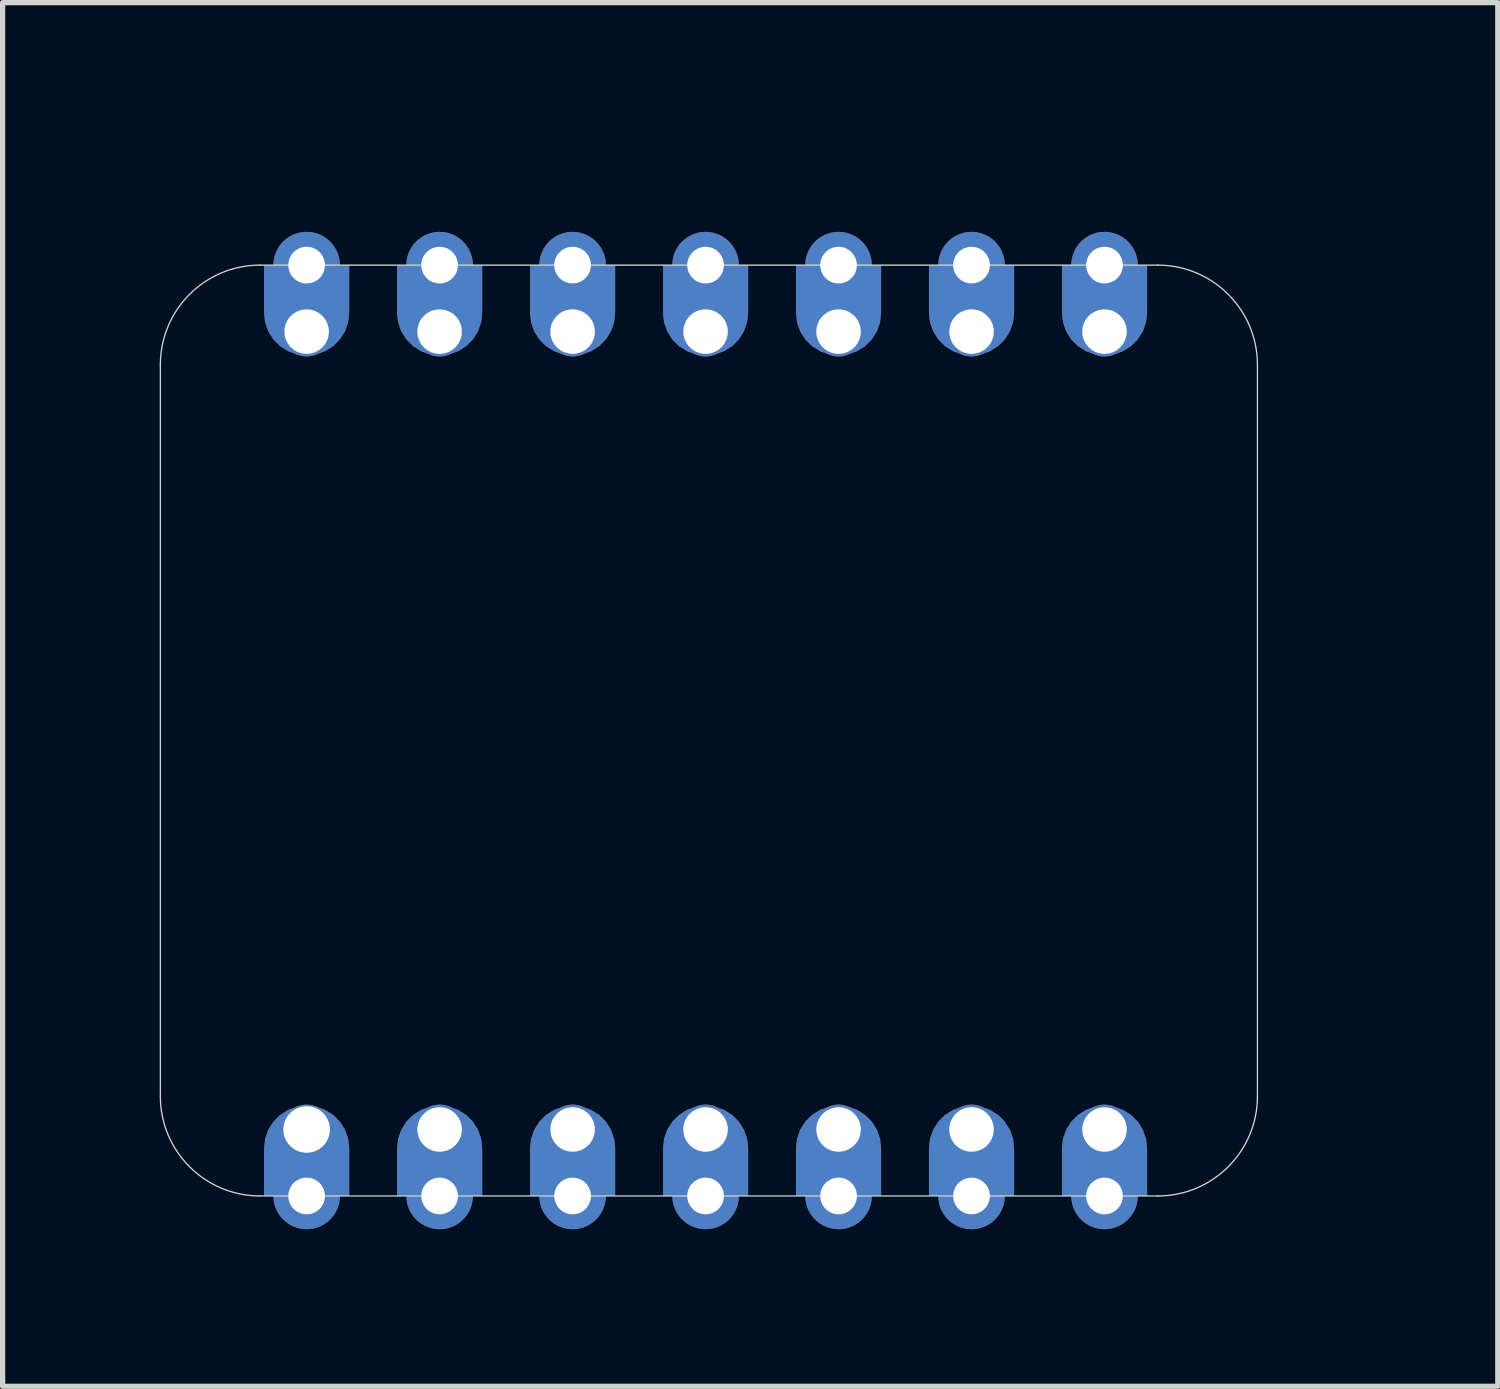
<source format=kicad_pcb>
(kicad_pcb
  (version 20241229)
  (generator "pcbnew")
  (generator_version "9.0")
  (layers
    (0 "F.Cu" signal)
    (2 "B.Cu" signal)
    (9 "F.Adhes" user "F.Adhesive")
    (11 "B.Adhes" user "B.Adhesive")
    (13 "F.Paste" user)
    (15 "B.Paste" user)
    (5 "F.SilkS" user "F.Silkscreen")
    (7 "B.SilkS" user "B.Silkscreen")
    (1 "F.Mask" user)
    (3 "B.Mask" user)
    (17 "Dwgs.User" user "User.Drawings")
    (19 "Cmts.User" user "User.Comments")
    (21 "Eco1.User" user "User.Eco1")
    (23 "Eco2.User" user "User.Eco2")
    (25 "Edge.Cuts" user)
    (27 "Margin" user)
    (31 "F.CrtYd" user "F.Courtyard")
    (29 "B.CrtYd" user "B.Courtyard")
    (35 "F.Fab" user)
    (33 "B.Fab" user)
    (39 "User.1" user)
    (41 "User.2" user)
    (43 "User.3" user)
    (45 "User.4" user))
  (footprint "seeed-xiao-nRF54L15"
    (layer "F.Cu")
    (at 10.427 10.904)
    (property "Reference" "seeed-xiao-nRF54L15" (at 0.052 -10.696 0) (unlocked yes) (layer "User.4") (effects (font (size 0.203 0.254) (thickness 0.051))))
    (attr smd)
    (fp_line (start -10.414 -6.985) (end -10.414 6.985) (stroke (width 0.025) (type solid)) (layer "Edge.Cuts"))
    (fp_line (start -8.509 -8.89) (end 8.636 -8.89) (stroke (width 0.025) (type solid)) (layer "Edge.Cuts"))
    (fp_line (start -8.509 8.89) (end 8.636 8.89) (stroke (width 0.025) (type solid)) (layer "Edge.Cuts"))
    (fp_line (start 10.541 6.985) (end 10.541 -6.985) (stroke (width 0.025) (type solid)) (layer "Edge.Cuts"))
    (fp_arc (start -10.414 -6.985) (mid -9.856038 -8.332038) (end -8.509 -8.89) (stroke (width 0.0254) (type solid)) (layer "Edge.Cuts"))
    (fp_arc (start -8.509 8.89) (mid -9.856038 8.332038) (end -10.414 6.985) (stroke (width 0.0254) (type solid)) (layer "Edge.Cuts"))
    (fp_arc (start 8.636 -8.89) (mid 9.983038 -8.332038) (end 10.541 -6.985) (stroke (width 0.0254) (type solid)) (layer "Edge.Cuts"))
    (fp_arc (start 10.541 6.985) (mid 9.983038 8.332038) (end 8.636 8.89) (stroke (width 0.0254) (type solid)) (layer "Edge.Cuts"))
    (fp_line (start 10.57 4.516) (end 10.57 -4.485) (stroke (width 0.1) (type default)) (layer "User.1"))
    (fp_line (start 10.58 -4.485) (end 12.082 -4.485) (stroke (width 0.1) (type default)) (layer "User.1"))
    (fp_line (start 12.082 -4.485) (end 12.082 4.516) (stroke (width 0.1) (type default)) (layer "User.1"))
    (fp_line (start 12.082 4.516) (end 10.57 4.516) (stroke (width 0.1) (type default)) (layer "User.1"))
    (fp_rect (start 5.715 -3.81) (end 12.065 3.81) (stroke (width 0.076) (type default)) (fill no) (layer "User.1"))
    (fp_circle (center -7.62 -7.62) (end -7.493 -7.62) (stroke (width 0.025) (type default)) (fill no) (layer "User.1"))
    (fp_circle (center 7.62 7.62) (end 7.493 7.62) (stroke (width 0.025) (type default)) (fill no) (layer "User.1"))
    (pad "1" thru_hole circle (at 7.62 -8.89 180) (size 1.27 1.27) (drill 0.7) (layers "*.Cu" "*.Mask"))
    (pad "1" smd roundrect (at 7.62 -8.028) (size 1.626 1.725) (layers "F.Cu" "F.Mask" "F.Paste") (roundrect_rratio 0.5) (chamfer_ratio 0.01) (chamfer top_left top_right))
    (pad "1" smd roundrect (at 7.62 -8.028) (size 1.626 1.725) (layers "B.Cu" "B.Mask" "B.Paste") (roundrect_rratio 0.5) (chamfer_ratio 0) (chamfer top_left top_right))
    (pad "1" thru_hole circle (at 7.62 -7.62 270) (size 0.95 0.95) (drill 0.85) (layers "*.Cu" "*.Mask"))
    (pad "2" thru_hole circle (at 5.08 -8.89 180) (size 1.27 1.27) (drill 0.7) (layers "*.Cu" "*.Mask"))
    (pad "2" smd roundrect (at 5.08 -8.028) (size 1.626 1.725) (layers "F.Cu" "F.Mask" "F.Paste") (roundrect_rratio 0.5) (chamfer_ratio 0.01) (chamfer top_left top_right))
    (pad "2" smd roundrect (at 5.08 -8.028) (size 1.626 1.725) (layers "B.Cu" "B.Mask" "B.Paste") (roundrect_rratio 0.5) (chamfer_ratio 0) (chamfer top_left top_right))
    (pad "2" thru_hole circle (at 5.08 -7.62 270) (size 0.95 0.95) (drill 0.85) (layers "*.Cu"))
    (pad "3" thru_hole circle (at 2.54 -8.89 180) (size 1.27 1.27) (drill 0.7) (layers "*.Cu" "*.Mask"))
    (pad "3" smd roundrect (at 2.54 -8.028) (size 1.626 1.725) (layers "F.Cu" "F.Mask" "F.Paste") (roundrect_rratio 0.5) (chamfer_ratio 0.01) (chamfer top_left top_right))
    (pad "3" smd roundrect (at 2.54 -8.028) (size 1.626 1.725) (layers "B.Cu" "B.Mask" "B.Paste") (roundrect_rratio 0.5) (chamfer_ratio 0) (chamfer top_left top_right))
    (pad "3" thru_hole circle (at 2.54 -7.62 270) (size 0.95 0.95) (drill 0.85) (layers "*.Cu" "*.Mask"))
    (pad "4" thru_hole circle (at 0 -8.89 180) (size 1.27 1.27) (drill 0.7) (layers "*.Cu" "*.Mask"))
    (pad "4" smd roundrect (at 0 -8.028) (size 1.626 1.725) (layers "F.Cu" "F.Mask" "F.Paste") (roundrect_rratio 0.5) (chamfer_ratio 0.01) (chamfer top_left top_right))
    (pad "4" smd roundrect (at 0 -8.028) (size 1.626 1.725) (layers "B.Cu" "B.Mask" "B.Paste") (roundrect_rratio 0.5) (chamfer_ratio 0) (chamfer top_left top_right))
    (pad "4" thru_hole circle (at 0 -7.62 270) (size 0.95 0.95) (drill 0.85) (layers "*.Cu" "*.Mask"))
    (pad "5" thru_hole circle (at -2.54 -8.89 180) (size 1.27 1.27) (drill 0.7) (layers "*.Cu" "*.Mask"))
    (pad "5" smd roundrect (at -2.54 -8.028) (size 1.626 1.725) (layers "F.Cu" "F.Mask" "F.Paste") (roundrect_rratio 0.5) (chamfer_ratio 0.01) (chamfer top_left top_right))
    (pad "5" smd roundrect (at -2.54 -8.028) (size 1.626 1.725) (layers "B.Cu" "B.Mask" "B.Paste") (roundrect_rratio 0.5) (chamfer_ratio 0) (chamfer top_left top_right))
    (pad "5" thru_hole circle (at -2.54 -7.62 270) (size 0.95 0.95) (drill 0.85) (layers "*.Cu" "*.Mask"))
    (pad "6" thru_hole circle (at -5.08 -8.89 180) (size 1.27 1.27) (drill 0.7) (layers "*.Cu" "*.Mask"))
    (pad "6" smd roundrect (at -5.08 -8.028) (size 1.626 1.725) (layers "F.Cu" "F.Mask" "F.Paste") (roundrect_rratio 0.5) (chamfer_ratio 0.01) (chamfer top_left top_right))
    (pad "6" smd roundrect (at -5.08 -8.028) (size 1.626 1.725) (layers "B.Cu" "B.Mask" "B.Paste") (roundrect_rratio 0.5) (chamfer_ratio 0) (chamfer top_left top_right))
    (pad "6" thru_hole circle (at -5.08 -7.62 270) (size 0.95 0.95) (drill 0.85) (layers "*.Cu"))
    (pad "7" thru_hole circle (at -7.62 -8.89 180) (size 1.27 1.27) (drill 0.7) (layers "*.Cu" "*.Mask"))
    (pad "7" smd roundrect (at -7.62 -8.028) (size 1.626 1.725) (layers "F.Cu" "F.Mask" "F.Paste") (roundrect_rratio 0.5) (chamfer_ratio 0.01) (chamfer top_left top_right))
    (pad "7" smd roundrect (at -7.62 -8.028) (size 1.626 1.725) (layers "B.Cu" "B.Mask" "B.Paste") (roundrect_rratio 0.5) (chamfer_ratio 0) (chamfer top_left top_right))
    (pad "7" thru_hole circle (at -7.62 -7.62 270) (size 0.95 0.95) (drill 0.85) (layers "*.Cu" "*.Mask"))
    (pad "8" thru_hole circle (at -7.62 7.62 270) (size 0.95 0.95) (drill 0.889) (layers "*.Cu" "*.Mask"))
    (pad "8" smd roundrect (at -7.62 8.028 180) (size 1.626 1.725) (layers "F.Cu" "F.Mask" "F.Paste") (roundrect_rratio 0.5) (chamfer_ratio 0.01) (chamfer top_left top_right))
    (pad "8" smd roundrect (at -7.62 8.028 180) (size 1.626 1.725) (layers "B.Cu" "B.Mask" "B.Paste") (roundrect_rratio 0.5) (chamfer_ratio 0) (chamfer top_left top_right))
    (pad "8" thru_hole circle (at -7.62 8.89) (size 1.27 1.27) (drill 0.7) (layers "*.Cu" "*.Mask"))
    (pad "9" thru_hole circle (at -5.08 7.62 90) (size 0.95 0.95) (drill 0.85) (layers "*.Cu"))
    (pad "9" smd roundrect (at -5.08 8.028 180) (size 1.626 1.725) (layers "F.Cu" "F.Mask" "F.Paste") (roundrect_rratio 0.5) (chamfer_ratio 0.01) (chamfer top_left top_right))
    (pad "9" smd roundrect (at -5.08 8.028 180) (size 1.626 1.725) (layers "B.Cu" "B.Mask" "B.Paste") (roundrect_rratio 0.5) (chamfer_ratio 0) (chamfer top_left top_right))
    (pad "9" thru_hole circle (at -5.08 8.89) (size 1.27 1.27) (drill 0.7) (layers "*.Cu" "*.Mask"))
    (pad "10" thru_hole circle (at -2.54 7.62 90) (size 0.95 0.95) (drill 0.85) (layers "*.Cu" "*.Mask"))
    (pad "10" smd roundrect (at -2.54 8.028 180) (size 1.626 1.725) (layers "F.Cu" "F.Mask" "F.Paste") (roundrect_rratio 0.5) (chamfer_ratio 0.01) (chamfer top_left top_right))
    (pad "10" smd roundrect (at -2.54 8.028 180) (size 1.626 1.725) (layers "B.Cu" "B.Mask" "B.Paste") (roundrect_rratio 0.5) (chamfer_ratio 0) (chamfer top_left top_right))
    (pad "10" thru_hole circle (at -2.54 8.89) (size 1.27 1.27) (drill 0.7) (layers "*.Cu" "*.Mask"))
    (pad "11" thru_hole circle (at 0 7.62 90) (size 0.95 0.95) (drill 0.85) (layers "*.Cu" "*.Mask"))
    (pad "11" smd roundrect (at 0 8.028 180) (size 1.626 1.725) (layers "F.Cu" "F.Mask" "F.Paste") (roundrect_rratio 0.5) (chamfer_ratio 0.01) (chamfer top_left top_right))
    (pad "11" smd roundrect (at 0 8.028 180) (size 1.626 1.725) (layers "B.Cu" "B.Mask" "B.Paste") (roundrect_rratio 0.5) (chamfer_ratio 0) (chamfer top_left top_right))
    (pad "11" thru_hole circle (at 0 8.89) (size 1.27 1.27) (drill 0.7) (layers "*.Cu" "*.Mask"))
    (pad "12" thru_hole circle (at 2.54 7.62 90) (size 0.95 0.95) (drill 0.85) (layers "*.Cu" "*.Mask"))
    (pad "12" smd roundrect (at 2.54 8.028 180) (size 1.626 1.725) (layers "F.Cu" "F.Mask" "F.Paste") (roundrect_rratio 0.5) (chamfer_ratio 0.01) (chamfer top_left top_right))
    (pad "12" smd roundrect (at 2.54 8.028 180) (size 1.626 1.725) (layers "B.Cu" "B.Mask" "B.Paste") (roundrect_rratio 0.5) (chamfer_ratio 0) (chamfer top_left top_right))
    (pad "12" thru_hole circle (at 2.54 8.89) (size 1.27 1.27) (drill 0.7) (layers "*.Cu" "*.Mask"))
    (pad "13" thru_hole circle (at 5.08 7.62 90) (size 0.95 0.95) (drill 0.85) (layers "*.Cu"))
    (pad "13" smd roundrect (at 5.08 8.028 180) (size 1.626 1.725) (layers "F.Cu" "F.Mask" "F.Paste") (roundrect_rratio 0.5) (chamfer_ratio 0.01) (chamfer top_left top_right))
    (pad "13" smd roundrect (at 5.08 8.028 180) (size 1.626 1.725) (layers "B.Cu" "B.Mask" "B.Paste") (roundrect_rratio 0.5) (chamfer_ratio 0) (chamfer top_left top_right))
    (pad "13" thru_hole circle (at 5.08 8.89) (size 1.27 1.27) (drill 0.7) (layers "*.Cu" "*.Mask"))
    (pad "14" thru_hole circle (at 7.62 7.62 90) (size 0.95 0.95) (drill 0.85) (layers "*.Cu" "*.Mask"))
    (pad "14" smd roundrect (at 7.62 8.028 180) (size 1.626 1.725) (layers "F.Cu" "F.Mask" "F.Paste") (roundrect_rratio 0.5) (chamfer_ratio 0.01) (chamfer top_left top_right))
    (pad "14" smd roundrect (at 7.62 8.028 180) (size 1.626 1.725) (layers "B.Cu" "B.Mask" "B.Paste") (roundrect_rratio 0.5) (chamfer_ratio 0) (chamfer top_left top_right))
    (pad "14" thru_hole circle (at 7.62 8.89) (size 1.27 1.27) (drill 0.7) (layers "*.Cu" "*.Mask")))
  (gr_rect
    (start -3 -3)
    (end 25.559 23.429)
    (stroke (width 0.1) (type default))
    (fill no)
    (layer "Edge.Cuts")))
</source>
